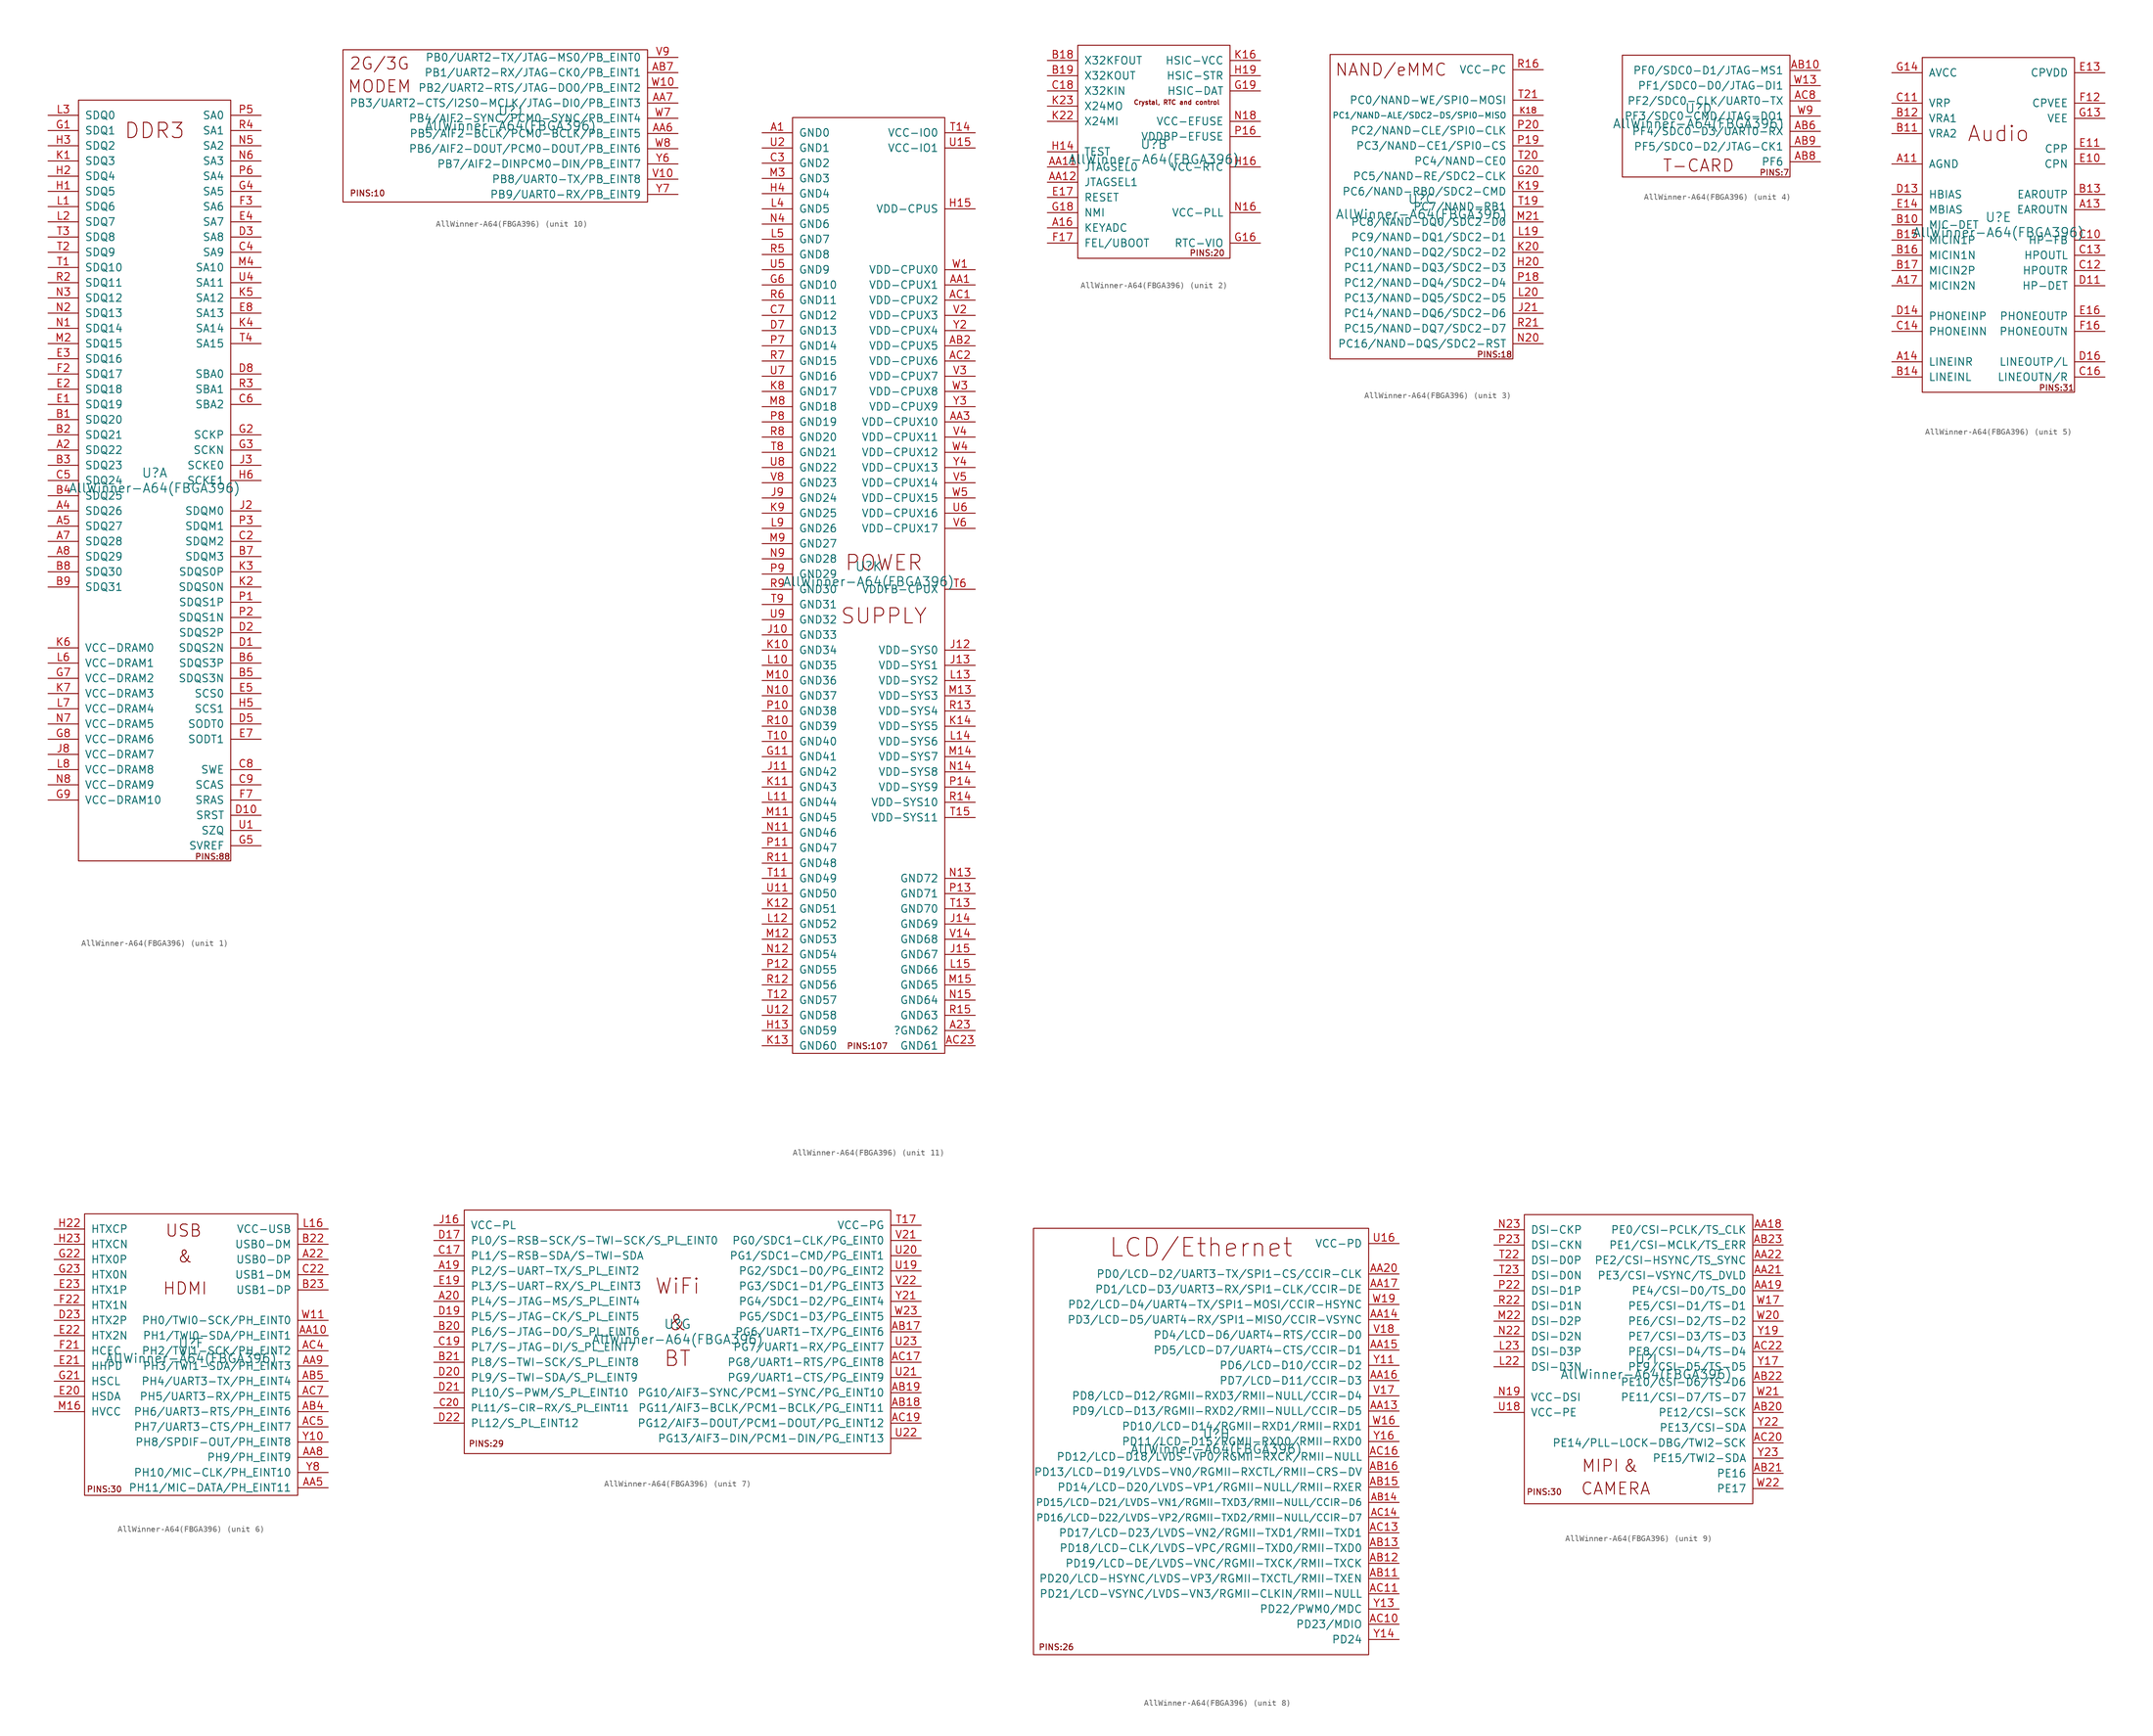
<source format=kicad_sym>
(kicad_symbol_lib
  (version 20220914)
  (generator kicad_symbol_editor)
  (symbol "AllWinner-A64(FBGA396)"
    (pin_names
      (offset 1.016))
    (property "Reference" "U"
      (at 0 1.27 0)
      (effects (font (size 1.524 1.524))))
    (property "Value" "AllWinner-A64(FBGA396)"
      (at 0 -1.27 0)
      (effects (font (size 1.524 1.524))))
    (property "Footprint" ""
      (at 12.7 12.7 0)
      (effects (font (size 1.524 1.524))))
    (property "Datasheet" ""
      (at 12.7 12.7 0)
      (effects (font (size 1.524 1.524))))
    (property "ki_locked" ""
      (at 0 0 0)
      (effects (font (size 1.27 1.27))))
    (symbol "AllWinner-A64(FBGA396)_1_1"
      (rectangle (start -12.7 63.5) (end 12.7 -63.5) (stroke (width 0) (type solid)) (fill (type none)))
      (text "DDR3" (at 0 58.42 0) (effects (font (size 2.54 2.54))))
      (text "PINS:88" (at 9.677 -62.789 0) (effects (font (size 0.991 0.991))))
      (pin bidirectional line (at -17.78 5.08 0) (length 5.08) (name "SDQ22" (effects (font (size 1.27 1.27)))) (number "A2" (effects (font (size 1.27 1.27)))))
      (pin bidirectional line (at -17.78 -5.08 0) (length 5.08) (name "SDQ26" (effects (font (size 1.27 1.27)))) (number "A4" (effects (font (size 1.27 1.27)))))
      (pin bidirectional line (at -17.78 -7.62 0) (length 5.08) (name "SDQ27" (effects (font (size 1.27 1.27)))) (number "A5" (effects (font (size 1.27 1.27)))))
      (pin bidirectional line (at -17.78 -10.16 0) (length 5.08) (name "SDQ28" (effects (font (size 1.27 1.27)))) (number "A7" (effects (font (size 1.27 1.27)))))
      (pin bidirectional line (at -17.78 -12.7 0) (length 5.08) (name "SDQ29" (effects (font (size 1.27 1.27)))) (number "A8" (effects (font (size 1.27 1.27)))))
      (pin bidirectional line (at -17.78 10.16 0) (length 5.08) (name "SDQ20" (effects (font (size 1.27 1.27)))) (number "B1" (effects (font (size 1.27 1.27)))))
      (pin bidirectional line (at -17.78 7.62 0) (length 5.08) (name "SDQ21" (effects (font (size 1.27 1.27)))) (number "B2" (effects (font (size 1.27 1.27)))))
      (pin bidirectional line (at -17.78 2.54 0) (length 5.08) (name "SDQ23" (effects (font (size 1.27 1.27)))) (number "B3" (effects (font (size 1.27 1.27)))))
      (pin bidirectional line (at -17.78 -2.54 0) (length 5.08) (name "SDQ25" (effects (font (size 1.27 1.27)))) (number "B4" (effects (font (size 1.27 1.27)))))
      (pin output line (at 17.78 -33.02 180) (length 5.08) (name "SDQS3N" (effects (font (size 1.27 1.27)))) (number "B5" (effects (font (size 1.27 1.27)))))
      (pin output line (at 17.78 -30.48 180) (length 5.08) (name "SDQS3P" (effects (font (size 1.27 1.27)))) (number "B6" (effects (font (size 1.27 1.27)))))
      (pin output line (at 17.78 -12.7 180) (length 5.08) (name "SDQM3" (effects (font (size 1.27 1.27)))) (number "B7" (effects (font (size 1.27 1.27)))))
      (pin bidirectional line (at -17.78 -15.24 0) (length 5.08) (name "SDQ30" (effects (font (size 1.27 1.27)))) (number "B8" (effects (font (size 1.27 1.27)))))
      (pin bidirectional line (at -17.78 -17.78 0) (length 5.08) (name "SDQ31" (effects (font (size 1.27 1.27)))) (number "B9" (effects (font (size 1.27 1.27)))))
      (pin output line (at 17.78 -10.16 180) (length 5.08) (name "SDQM2" (effects (font (size 1.27 1.27)))) (number "C2" (effects (font (size 1.27 1.27)))))
      (pin output line (at 17.78 38.1 180) (length 5.08) (name "SA9" (effects (font (size 1.27 1.27)))) (number "C4" (effects (font (size 1.27 1.27)))))
      (pin bidirectional line (at -17.78 0 0) (length 5.08) (name "SDQ24" (effects (font (size 1.27 1.27)))) (number "C5" (effects (font (size 1.27 1.27)))))
      (pin output line (at 17.78 12.7 180) (length 5.08) (name "SBA2" (effects (font (size 1.27 1.27)))) (number "C6" (effects (font (size 1.27 1.27)))))
      (pin output line (at 17.78 -48.26 180) (length 5.08) (name "SWE" (effects (font (size 1.27 1.27)))) (number "C8" (effects (font (size 1.27 1.27)))))
      (pin output line (at 17.78 -50.8 180) (length 5.08) (name "SCAS" (effects (font (size 1.27 1.27)))) (number "C9" (effects (font (size 1.27 1.27)))))
      (pin output line (at 17.78 -27.94 180) (length 5.08) (name "SDQS2N" (effects (font (size 1.27 1.27)))) (number "D1" (effects (font (size 1.27 1.27)))))
      (pin output line (at 17.78 -55.88 180) (length 5.08) (name "SRST" (effects (font (size 1.27 1.27)))) (number "D10" (effects (font (size 1.27 1.27)))))
      (pin output line (at 17.78 -25.4 180) (length 5.08) (name "SDQS2P" (effects (font (size 1.27 1.27)))) (number "D2" (effects (font (size 1.27 1.27)))))
      (pin output line (at 17.78 40.64 180) (length 5.08) (name "SA8" (effects (font (size 1.27 1.27)))) (number "D3" (effects (font (size 1.27 1.27)))))
      (pin output line (at 17.78 -40.64 180) (length 5.08) (name "SODT0" (effects (font (size 1.27 1.27)))) (number "D5" (effects (font (size 1.27 1.27)))))
      (pin output line (at 17.78 17.78 180) (length 5.08) (name "SBA0" (effects (font (size 1.27 1.27)))) (number "D8" (effects (font (size 1.27 1.27)))))
      (pin bidirectional line (at -17.78 12.7 0) (length 5.08) (name "SDQ19" (effects (font (size 1.27 1.27)))) (number "E1" (effects (font (size 1.27 1.27)))))
      (pin bidirectional line (at -17.78 15.24 0) (length 5.08) (name "SDQ18" (effects (font (size 1.27 1.27)))) (number "E2" (effects (font (size 1.27 1.27)))))
      (pin bidirectional line (at -17.78 20.32 0) (length 5.08) (name "SDQ16" (effects (font (size 1.27 1.27)))) (number "E3" (effects (font (size 1.27 1.27)))))
      (pin output line (at 17.78 43.18 180) (length 5.08) (name "SA7" (effects (font (size 1.27 1.27)))) (number "E4" (effects (font (size 1.27 1.27)))))
      (pin output line (at 17.78 -35.56 180) (length 5.08) (name "SCS0" (effects (font (size 1.27 1.27)))) (number "E5" (effects (font (size 1.27 1.27)))))
      (pin output line (at 17.78 -43.18 180) (length 5.08) (name "SODT1" (effects (font (size 1.27 1.27)))) (number "E7" (effects (font (size 1.27 1.27)))))
      (pin output line (at 17.78 27.94 180) (length 5.08) (name "SA13" (effects (font (size 1.27 1.27)))) (number "E8" (effects (font (size 1.27 1.27)))))
      (pin bidirectional line (at -17.78 17.78 0) (length 5.08) (name "SDQ17" (effects (font (size 1.27 1.27)))) (number "F2" (effects (font (size 1.27 1.27)))))
      (pin output line (at 17.78 45.72 180) (length 5.08) (name "SA6" (effects (font (size 1.27 1.27)))) (number "F3" (effects (font (size 1.27 1.27)))))
      (pin output line (at 17.78 -53.34 180) (length 5.08) (name "SRAS" (effects (font (size 1.27 1.27)))) (number "F7" (effects (font (size 1.27 1.27)))))
      (pin bidirectional line (at -17.78 58.42 0) (length 5.08) (name "SDQ1" (effects (font (size 1.27 1.27)))) (number "G1" (effects (font (size 1.27 1.27)))))
      (pin output line (at 17.78 7.62 180) (length 5.08) (name "SCKP" (effects (font (size 1.27 1.27)))) (number "G2" (effects (font (size 1.27 1.27)))))
      (pin output line (at 17.78 5.08 180) (length 5.08) (name "SCKN" (effects (font (size 1.27 1.27)))) (number "G3" (effects (font (size 1.27 1.27)))))
      (pin output line (at 17.78 48.26 180) (length 5.08) (name "SA5" (effects (font (size 1.27 1.27)))) (number "G4" (effects (font (size 1.27 1.27)))))
      (pin input line (at 17.78 -60.96 180) (length 5.08) (name "SVREF" (effects (font (size 1.27 1.27)))) (number "G5" (effects (font (size 1.27 1.27)))))
      (pin power_in line (at -17.78 -33.02 0) (length 5.08) (name "VCC-DRAM2" (effects (font (size 1.27 1.27)))) (number "G7" (effects (font (size 1.27 1.27)))))
      (pin power_in line (at -17.78 -43.18 0) (length 5.08) (name "VCC-DRAM6" (effects (font (size 1.27 1.27)))) (number "G8" (effects (font (size 1.27 1.27)))))
      (pin power_in line (at -17.78 -53.34 0) (length 5.08) (name "VCC-DRAM10" (effects (font (size 1.27 1.27)))) (number "G9" (effects (font (size 1.27 1.27)))))
      (pin bidirectional line (at -17.78 48.26 0) (length 5.08) (name "SDQ5" (effects (font (size 1.27 1.27)))) (number "H1" (effects (font (size 1.27 1.27)))))
      (pin bidirectional line (at -17.78 50.8 0) (length 5.08) (name "SDQ4" (effects (font (size 1.27 1.27)))) (number "H2" (effects (font (size 1.27 1.27)))))
      (pin bidirectional line (at -17.78 55.88 0) (length 5.08) (name "SDQ2" (effects (font (size 1.27 1.27)))) (number "H3" (effects (font (size 1.27 1.27)))))
      (pin output line (at 17.78 -38.1 180) (length 5.08) (name "SCS1" (effects (font (size 1.27 1.27)))) (number "H5" (effects (font (size 1.27 1.27)))))
      (pin output line (at 17.78 0 180) (length 5.08) (name "SCKE1" (effects (font (size 1.27 1.27)))) (number "H6" (effects (font (size 1.27 1.27)))))
      (pin output line (at 17.78 -5.08 180) (length 5.08) (name "SDQM0" (effects (font (size 1.27 1.27)))) (number "J2" (effects (font (size 1.27 1.27)))))
      (pin output line (at 17.78 2.54 180) (length 5.08) (name "SCKE0" (effects (font (size 1.27 1.27)))) (number "J3" (effects (font (size 1.27 1.27)))))
      (pin power_in line (at -17.78 -45.72 0) (length 5.08) (name "VCC-DRAM7" (effects (font (size 1.27 1.27)))) (number "J8" (effects (font (size 1.27 1.27)))))
      (pin bidirectional line (at -17.78 53.34 0) (length 5.08) (name "SDQ3" (effects (font (size 1.27 1.27)))) (number "K1" (effects (font (size 1.27 1.27)))))
      (pin output line (at 17.78 -17.78 180) (length 5.08) (name "SDQS0N" (effects (font (size 1.27 1.27)))) (number "K2" (effects (font (size 1.27 1.27)))))
      (pin output line (at 17.78 -15.24 180) (length 5.08) (name "SDQS0P" (effects (font (size 1.27 1.27)))) (number "K3" (effects (font (size 1.27 1.27)))))
      (pin output line (at 17.78 25.4 180) (length 5.08) (name "SA14" (effects (font (size 1.27 1.27)))) (number "K4" (effects (font (size 1.27 1.27)))))
      (pin output line (at 17.78 30.48 180) (length 5.08) (name "SA12" (effects (font (size 1.27 1.27)))) (number "K5" (effects (font (size 1.27 1.27)))))
      (pin power_in line (at -17.78 -27.94 0) (length 5.08) (name "VCC-DRAM0" (effects (font (size 1.27 1.27)))) (number "K6" (effects (font (size 1.27 1.27)))))
      (pin power_in line (at -17.78 -35.56 0) (length 5.08) (name "VCC-DRAM3" (effects (font (size 1.27 1.27)))) (number "K7" (effects (font (size 1.27 1.27)))))
      (pin bidirectional line (at -17.78 45.72 0) (length 5.08) (name "SDQ6" (effects (font (size 1.27 1.27)))) (number "L1" (effects (font (size 1.27 1.27)))))
      (pin bidirectional line (at -17.78 43.18 0) (length 5.08) (name "SDQ7" (effects (font (size 1.27 1.27)))) (number "L2" (effects (font (size 1.27 1.27)))))
      (pin bidirectional line (at -17.78 60.96 0) (length 5.08) (name "SDQ0" (effects (font (size 1.27 1.27)))) (number "L3" (effects (font (size 1.27 1.27)))))
      (pin power_in line (at -17.78 -30.48 0) (length 5.08) (name "VCC-DRAM1" (effects (font (size 1.27 1.27)))) (number "L6" (effects (font (size 1.27 1.27)))))
      (pin power_in line (at -17.78 -38.1 0) (length 5.08) (name "VCC-DRAM4" (effects (font (size 1.27 1.27)))) (number "L7" (effects (font (size 1.27 1.27)))))
      (pin power_in line (at -17.78 -48.26 0) (length 5.08) (name "VCC-DRAM8" (effects (font (size 1.27 1.27)))) (number "L8" (effects (font (size 1.27 1.27)))))
      (pin bidirectional line (at -17.78 22.86 0) (length 5.08) (name "SDQ15" (effects (font (size 1.27 1.27)))) (number "M2" (effects (font (size 1.27 1.27)))))
      (pin output line (at 17.78 35.56 180) (length 5.08) (name "SA10" (effects (font (size 1.27 1.27)))) (number "M4" (effects (font (size 1.27 1.27)))))
      (pin bidirectional line (at -17.78 25.4 0) (length 5.08) (name "SDQ14" (effects (font (size 1.27 1.27)))) (number "N1" (effects (font (size 1.27 1.27)))))
      (pin bidirectional line (at -17.78 27.94 0) (length 5.08) (name "SDQ13" (effects (font (size 1.27 1.27)))) (number "N2" (effects (font (size 1.27 1.27)))))
      (pin bidirectional line (at -17.78 30.48 0) (length 5.08) (name "SDQ12" (effects (font (size 1.27 1.27)))) (number "N3" (effects (font (size 1.27 1.27)))))
      (pin output line (at 17.78 55.88 180) (length 5.08) (name "SA2" (effects (font (size 1.27 1.27)))) (number "N5" (effects (font (size 1.27 1.27)))))
      (pin output line (at 17.78 53.34 180) (length 5.08) (name "SA3" (effects (font (size 1.27 1.27)))) (number "N6" (effects (font (size 1.27 1.27)))))
      (pin power_in line (at -17.78 -40.64 0) (length 5.08) (name "VCC-DRAM5" (effects (font (size 1.27 1.27)))) (number "N7" (effects (font (size 1.27 1.27)))))
      (pin power_in line (at -17.78 -50.8 0) (length 5.08) (name "VCC-DRAM9" (effects (font (size 1.27 1.27)))) (number "N8" (effects (font (size 1.27 1.27)))))
      (pin output line (at 17.78 -20.32 180) (length 5.08) (name "SDQS1P" (effects (font (size 1.27 1.27)))) (number "P1" (effects (font (size 1.27 1.27)))))
      (pin output line (at 17.78 -22.86 180) (length 5.08) (name "SDQS1N" (effects (font (size 1.27 1.27)))) (number "P2" (effects (font (size 1.27 1.27)))))
      (pin output line (at 17.78 -7.62 180) (length 5.08) (name "SDQM1" (effects (font (size 1.27 1.27)))) (number "P3" (effects (font (size 1.27 1.27)))))
      (pin output line (at 17.78 60.96 180) (length 5.08) (name "SA0" (effects (font (size 1.27 1.27)))) (number "P5" (effects (font (size 1.27 1.27)))))
      (pin output line (at 17.78 50.8 180) (length 5.08) (name "SA4" (effects (font (size 1.27 1.27)))) (number "P6" (effects (font (size 1.27 1.27)))))
      (pin bidirectional line (at -17.78 33.02 0) (length 5.08) (name "SDQ11" (effects (font (size 1.27 1.27)))) (number "R2" (effects (font (size 1.27 1.27)))))
      (pin output line (at 17.78 15.24 180) (length 5.08) (name "SBA1" (effects (font (size 1.27 1.27)))) (number "R3" (effects (font (size 1.27 1.27)))))
      (pin output line (at 17.78 58.42 180) (length 5.08) (name "SA1" (effects (font (size 1.27 1.27)))) (number "R4" (effects (font (size 1.27 1.27)))))
      (pin bidirectional line (at -17.78 35.56 0) (length 5.08) (name "SDQ10" (effects (font (size 1.27 1.27)))) (number "T1" (effects (font (size 1.27 1.27)))))
      (pin bidirectional line (at -17.78 38.1 0) (length 5.08) (name "SDQ9" (effects (font (size 1.27 1.27)))) (number "T2" (effects (font (size 1.27 1.27)))))
      (pin bidirectional line (at -17.78 40.64 0) (length 5.08) (name "SDQ8" (effects (font (size 1.27 1.27)))) (number "T3" (effects (font (size 1.27 1.27)))))
      (pin output line (at 17.78 22.86 180) (length 5.08) (name "SA15" (effects (font (size 1.27 1.27)))) (number "T4" (effects (font (size 1.27 1.27)))))
      (pin passive line (at 17.78 -58.42 180) (length 5.08) (name "SZQ" (effects (font (size 1.27 1.27)))) (number "U1" (effects (font (size 1.27 1.27)))))
      (pin output line (at 17.78 33.02 180) (length 5.08) (name "SA11" (effects (font (size 1.27 1.27)))) (number "U4" (effects (font (size 1.27 1.27))))))
    (symbol "AllWinner-A64(FBGA396)_2_1"
      (rectangle (start -12.7 17.78) (end 12.7 -17.78) (stroke (width 0) (type solid)) (fill (type none)))
      (text "Crystal, RTC and control" (at 3.81 8.255 0) (effects (font (size 0.762 0.762))))
      (text "PINS:20" (at 8.89 -16.891 0) (effects (font (size 0.991 0.991))))
      (pin input line (at -17.78 -12.7 0) (length 5.08) (name "KEYADC" (effects (font (size 1.27 1.27)))) (number "A16" (effects (font (size 1.27 1.27)))))
      (pin input line (at -17.78 -2.54 0) (length 5.08) (name "JTAGSEL0" (effects (font (size 1.27 1.27)))) (number "AA11" (effects (font (size 1.27 1.27)))))
      (pin input line (at -17.78 -5.08 0) (length 5.08) (name "JTAGSEL1" (effects (font (size 1.27 1.27)))) (number "AA12" (effects (font (size 1.27 1.27)))))
      (pin output line (at -17.78 15.24 0) (length 5.08) (name "X32KFOUT" (effects (font (size 1.27 1.27)))) (number "B18" (effects (font (size 1.27 1.27)))))
      (pin output line (at -17.78 12.7 0) (length 5.08) (name "X32KOUT" (effects (font (size 1.27 1.27)))) (number "B19" (effects (font (size 1.27 1.27)))))
      (pin input line (at -17.78 10.16 0) (length 5.08) (name "X32KIN" (effects (font (size 1.27 1.27)))) (number "C18" (effects (font (size 1.27 1.27)))))
      (pin input line (at -17.78 -7.62 0) (length 5.08) (name "RESET" (effects (font (size 1.27 1.27)))) (number "E17" (effects (font (size 1.27 1.27)))))
      (pin input line (at -17.78 -15.24 0) (length 5.08) (name "FEL/UBOOT" (effects (font (size 1.27 1.27)))) (number "F17" (effects (font (size 1.27 1.27)))))
      (pin input line (at 17.78 -15.24 180) (length 5.08) (name "RTC-VIO" (effects (font (size 1.27 1.27)))) (number "G16" (effects (font (size 1.27 1.27)))))
      (pin input line (at -17.78 -10.16 0) (length 5.08) (name "NMI" (effects (font (size 1.27 1.27)))) (number "G18" (effects (font (size 1.27 1.27)))))
      (pin bidirectional line (at 17.78 10.16 180) (length 5.08) (name "HSIC-DAT" (effects (font (size 1.27 1.27)))) (number "G19" (effects (font (size 1.27 1.27)))))
      (pin input line (at -17.78 0 0) (length 5.08) (name "TEST" (effects (font (size 1.27 1.27)))) (number "H14" (effects (font (size 1.27 1.27)))))
      (pin power_in line (at 17.78 -2.54 180) (length 5.08) (name "VCC-RTC" (effects (font (size 1.27 1.27)))) (number "H16" (effects (font (size 1.27 1.27)))))
      (pin bidirectional line (at 17.78 12.7 180) (length 5.08) (name "HSIC-STR" (effects (font (size 1.27 1.27)))) (number "H19" (effects (font (size 1.27 1.27)))))
      (pin power_in line (at 17.78 15.24 180) (length 5.08) (name "HSIC-VCC" (effects (font (size 1.27 1.27)))) (number "K16" (effects (font (size 1.27 1.27)))))
      (pin input line (at -17.78 5.08 0) (length 5.08) (name "X24MI" (effects (font (size 1.27 1.27)))) (number "K22" (effects (font (size 1.27 1.27)))))
      (pin output line (at -17.78 7.62 0) (length 5.08) (name "X24MO" (effects (font (size 1.27 1.27)))) (number "K23" (effects (font (size 1.27 1.27)))))
      (pin power_in line (at 17.78 -10.16 180) (length 5.08) (name "VCC-PLL" (effects (font (size 1.27 1.27)))) (number "N16" (effects (font (size 1.27 1.27)))))
      (pin input line (at 17.78 5.08 180) (length 5.08) (name "VCC-EFUSE" (effects (font (size 1.27 1.27)))) (number "N18" (effects (font (size 1.27 1.27)))))
      (pin input line (at 17.78 2.54 180) (length 5.08) (name "VDDBP-EFUSE" (effects (font (size 1.27 1.27)))) (number "P16" (effects (font (size 1.27 1.27))))))
    (symbol "AllWinner-A64(FBGA396)_3_1"
      (rectangle (start -15.24 25.4) (end 15.24 -25.4) (stroke (width 0) (type solid)) (fill (type none)))
      (text "NAND/eMMC" (at -5.08 22.86 0) (effects (font (size 2.032 2.032))))
      (text "PINS:18" (at 12.192 -24.663 0) (effects (font (size 0.991 0.991))))
      (pin bidirectional line (at 20.32 5.08 180) (length 5.08) (name "PC5/NAND-RE/SDC2-CLK" (effects (font (size 1.27 1.27)))) (number "G20" (effects (font (size 1.27 1.27)))))
      (pin bidirectional line (at 20.32 -10.16 180) (length 5.08) (name "PC11/NAND-DQ3/SDC2-D3" (effects (font (size 1.27 1.27)))) (number "H20" (effects (font (size 1.27 1.27)))))
      (pin bidirectional line (at 20.32 -17.78 180) (length 5.08) (name "PC14/NAND-DQ6/SDC2-D6" (effects (font (size 1.27 1.27)))) (number "J21" (effects (font (size 1.27 1.27)))))
      (pin bidirectional line (at 20.32 15.24 180) (length 5.08) (name "PC1/NAND-ALE/SDC2-DS/SPI0-MISO" (effects (font (size 0.991 0.991)))) (number "K18" (effects (font (size 0.991 0.991)))))
      (pin bidirectional line (at 20.32 2.54 180) (length 5.08) (name "PC6/NAND-RB0/SDC2-CMD" (effects (font (size 1.27 1.27)))) (number "K19" (effects (font (size 1.27 1.27)))))
      (pin bidirectional line (at 20.32 -7.62 180) (length 5.08) (name "PC10/NAND-DQ2/SDC2-D2" (effects (font (size 1.27 1.27)))) (number "K20" (effects (font (size 1.27 1.27)))))
      (pin bidirectional line (at 20.32 -5.08 180) (length 5.08) (name "PC9/NAND-DQ1/SDC2-D1" (effects (font (size 1.27 1.27)))) (number "L19" (effects (font (size 1.27 1.27)))))
      (pin bidirectional line (at 20.32 -15.24 180) (length 5.08) (name "PC13/NAND-DQ5/SDC2-D5" (effects (font (size 1.27 1.27)))) (number "L20" (effects (font (size 1.27 1.27)))))
      (pin bidirectional line (at 20.32 -2.54 180) (length 5.08) (name "PC8/NAND-DQ0/SDC2-D0" (effects (font (size 1.27 1.27)))) (number "M21" (effects (font (size 1.27 1.27)))))
      (pin bidirectional line (at 20.32 -22.86 180) (length 5.08) (name "PC16/NAND-DQS/SDC2-RST" (effects (font (size 1.27 1.27)))) (number "N20" (effects (font (size 1.27 1.27)))))
      (pin bidirectional line (at 20.32 -12.7 180) (length 5.08) (name "PC12/NAND-DQ4/SDC2-D4" (effects (font (size 1.27 1.27)))) (number "P18" (effects (font (size 1.27 1.27)))))
      (pin bidirectional line (at 20.32 10.16 180) (length 5.08) (name "PC3/NAND-CE1/SPI0-CS" (effects (font (size 1.27 1.27)))) (number "P19" (effects (font (size 1.27 1.27)))))
      (pin bidirectional line (at 20.32 12.7 180) (length 5.08) (name "PC2/NAND-CLE/SPI0-CLK" (effects (font (size 1.27 1.27)))) (number "P20" (effects (font (size 1.27 1.27)))))
      (pin power_in line (at 20.32 22.86 180) (length 5.08) (name "VCC-PC" (effects (font (size 1.27 1.27)))) (number "R16" (effects (font (size 1.27 1.27)))))
      (pin bidirectional line (at 20.32 -20.32 180) (length 5.08) (name "PC15/NAND-DQ7/SDC2-D7" (effects (font (size 1.27 1.27)))) (number "R21" (effects (font (size 1.27 1.27)))))
      (pin bidirectional line (at 20.32 0 180) (length 5.08) (name "PC7/NAND-RB1" (effects (font (size 1.27 1.27)))) (number "T19" (effects (font (size 1.27 1.27)))))
      (pin bidirectional line (at 20.32 7.62 180) (length 5.08) (name "PC4/NAND-CE0" (effects (font (size 1.27 1.27)))) (number "T20" (effects (font (size 1.27 1.27)))))
      (pin bidirectional line (at 20.32 17.78 180) (length 5.08) (name "PC0/NAND-WE/SPI0-MOSI" (effects (font (size 1.27 1.27)))) (number "T21" (effects (font (size 1.27 1.27))))))
    (symbol "AllWinner-A64(FBGA396)_4_1"
      (rectangle (start -12.7 10.16) (end 15.24 -10.16) (stroke (width 0) (type solid)) (fill (type none)))
      (text "PINS:7" (at 12.649 -9.423 0) (effects (font (size 0.991 0.991))))
      (text "T-CARD" (at 0 -8.255 0) (effects (font (size 2.032 2.032))))
      (pin bidirectional line (at 20.32 7.62 180) (length 5.08) (name "PF0/SDC0-D1/JTAG-MS1" (effects (font (size 1.27 1.27)))) (number "AB10" (effects (font (size 1.27 1.27)))))
      (pin bidirectional line (at 20.32 -2.54 180) (length 5.08) (name "PF4/SDC0-D3/UART0-RX" (effects (font (size 1.27 1.27)))) (number "AB6" (effects (font (size 1.27 1.27)))))
      (pin bidirectional line (at 20.32 -7.62 180) (length 5.08) (name "PF6" (effects (font (size 1.27 1.27)))) (number "AB8" (effects (font (size 1.27 1.27)))))
      (pin bidirectional line (at 20.32 -5.08 180) (length 5.08) (name "PF5/SDC0-D2/JTAG-CK1" (effects (font (size 1.27 1.27)))) (number "AB9" (effects (font (size 1.27 1.27)))))
      (pin bidirectional line (at 20.32 2.54 180) (length 5.08) (name "PF2/SDC0-CLK/UART0-TX" (effects (font (size 1.27 1.27)))) (number "AC8" (effects (font (size 1.27 1.27)))))
      (pin bidirectional line (at 20.32 5.08 180) (length 5.08) (name "PF1/SDC0-D0/JTAG-DI1" (effects (font (size 1.27 1.27)))) (number "W13" (effects (font (size 1.27 1.27)))))
      (pin bidirectional line (at 20.32 0 180) (length 5.08) (name "PF3/SDC0-CMD/JTAG-DO1" (effects (font (size 1.27 1.27)))) (number "W9" (effects (font (size 1.27 1.27))))))
    (symbol "AllWinner-A64(FBGA396)_5_1"
      (rectangle (start -12.7 27.94) (end 12.7 -27.94) (stroke (width 0) (type solid)) (fill (type none)))
      (text "Audio" (at 0 15.24 0) (effects (font (size 2.54 2.54))))
      (text "PINS:31" (at 9.703 -27.203 0) (effects (font (size 0.991 0.991))))
      (pin power_in line (at -17.78 10.16 0) (length 5.08) (name "AGND" (effects (font (size 1.27 1.27)))) (number "A11" (effects (font (size 1.27 1.27)))))
      (pin output line (at 17.78 2.54 180) (length 5.08) (name "EAROUTN" (effects (font (size 1.27 1.27)))) (number "A13" (effects (font (size 1.27 1.27)))))
      (pin input line (at -17.78 -22.86 0) (length 5.08) (name "LINEINR" (effects (font (size 1.27 1.27)))) (number "A14" (effects (font (size 1.27 1.27)))))
      (pin input line (at -17.78 -10.16 0) (length 5.08) (name "MICIN2N" (effects (font (size 1.27 1.27)))) (number "A17" (effects (font (size 1.27 1.27)))))
      (pin input line (at -17.78 0 0) (length 5.08) (name "MIC-DET" (effects (font (size 1.27 1.27)))) (number "B10" (effects (font (size 1.27 1.27)))))
      (pin input line (at -17.78 15.24 0) (length 5.08) (name "VRA2" (effects (font (size 1.27 1.27)))) (number "B11" (effects (font (size 1.27 1.27)))))
      (pin input line (at -17.78 17.78 0) (length 5.08) (name "VRA1" (effects (font (size 1.27 1.27)))) (number "B12" (effects (font (size 1.27 1.27)))))
      (pin output line (at 17.78 5.08 180) (length 5.08) (name "EAROUTP" (effects (font (size 1.27 1.27)))) (number "B13" (effects (font (size 1.27 1.27)))))
      (pin input line (at -17.78 -25.4 0) (length 5.08) (name "LINEINL" (effects (font (size 1.27 1.27)))) (number "B14" (effects (font (size 1.27 1.27)))))
      (pin input line (at -17.78 -2.54 0) (length 5.08) (name "MICIN1P" (effects (font (size 1.27 1.27)))) (number "B15" (effects (font (size 1.27 1.27)))))
      (pin input line (at -17.78 -5.08 0) (length 5.08) (name "MICIN1N" (effects (font (size 1.27 1.27)))) (number "B16" (effects (font (size 1.27 1.27)))))
      (pin input line (at -17.78 -7.62 0) (length 5.08) (name "MICIN2P" (effects (font (size 1.27 1.27)))) (number "B17" (effects (font (size 1.27 1.27)))))
      (pin input line (at 17.78 -2.54 180) (length 5.08) (name "HP-FB" (effects (font (size 1.27 1.27)))) (number "C10" (effects (font (size 1.27 1.27)))))
      (pin input line (at -17.78 20.32 0) (length 5.08) (name "VRP" (effects (font (size 1.27 1.27)))) (number "C11" (effects (font (size 1.27 1.27)))))
      (pin output line (at 17.78 -7.62 180) (length 5.08) (name "HPOUTR" (effects (font (size 1.27 1.27)))) (number "C12" (effects (font (size 1.27 1.27)))))
      (pin output line (at 17.78 -5.08 180) (length 5.08) (name "HPOUTL" (effects (font (size 1.27 1.27)))) (number "C13" (effects (font (size 1.27 1.27)))))
      (pin input line (at -17.78 -17.78 0) (length 5.08) (name "PHONEINN" (effects (font (size 1.27 1.27)))) (number "C14" (effects (font (size 1.27 1.27)))))
      (pin output line (at 17.78 -25.4 180) (length 5.08) (name "LINEOUTN/R" (effects (font (size 1.27 1.27)))) (number "C16" (effects (font (size 1.27 1.27)))))
      (pin input line (at 17.78 -10.16 180) (length 5.08) (name "HP-DET" (effects (font (size 1.27 1.27)))) (number "D11" (effects (font (size 1.27 1.27)))))
      (pin power_out line (at -17.78 5.08 0) (length 5.08) (name "HBIAS" (effects (font (size 1.27 1.27)))) (number "D13" (effects (font (size 1.27 1.27)))))
      (pin input line (at -17.78 -15.24 0) (length 5.08) (name "PHONEINP" (effects (font (size 1.27 1.27)))) (number "D14" (effects (font (size 1.27 1.27)))))
      (pin output line (at 17.78 -22.86 180) (length 5.08) (name "LINEOUTP/L" (effects (font (size 1.27 1.27)))) (number "D16" (effects (font (size 1.27 1.27)))))
      (pin passive line (at 17.78 10.16 180) (length 5.08) (name "CPN" (effects (font (size 1.27 1.27)))) (number "E10" (effects (font (size 1.27 1.27)))))
      (pin passive line (at 17.78 12.7 180) (length 5.08) (name "CPP" (effects (font (size 1.27 1.27)))) (number "E11" (effects (font (size 1.27 1.27)))))
      (pin power_in line (at 17.78 25.4 180) (length 5.08) (name "CPVDD" (effects (font (size 1.27 1.27)))) (number "E13" (effects (font (size 1.27 1.27)))))
      (pin power_out line (at -17.78 2.54 0) (length 5.08) (name "MBIAS" (effects (font (size 1.27 1.27)))) (number "E14" (effects (font (size 1.27 1.27)))))
      (pin output line (at 17.78 -15.24 180) (length 5.08) (name "PHONEOUTP" (effects (font (size 1.27 1.27)))) (number "E16" (effects (font (size 1.27 1.27)))))
      (pin power_out line (at 17.78 20.32 180) (length 5.08) (name "CPVEE" (effects (font (size 1.27 1.27)))) (number "F12" (effects (font (size 1.27 1.27)))))
      (pin output line (at 17.78 -17.78 180) (length 5.08) (name "PHONEOUTN" (effects (font (size 1.27 1.27)))) (number "F16" (effects (font (size 1.27 1.27)))))
      (pin power_in line (at 17.78 17.78 180) (length 5.08) (name "VEE" (effects (font (size 1.27 1.27)))) (number "G13" (effects (font (size 1.27 1.27)))))
      (pin power_in line (at -17.78 25.4 0) (length 5.08) (name "AVCC" (effects (font (size 1.27 1.27)))) (number "G14" (effects (font (size 1.27 1.27))))))
    (symbol "AllWinner-A64(FBGA396)_6_1"
      (rectangle (start -17.78 22.86) (end 17.78 -24.13) (stroke (width 0) (type solid)) (fill (type none)))
      (text "&" (at -1.016 15.748 0) (effects (font (size 2.007 2.007))))
      (text "HDMI" (at -1.016 10.414 0) (effects (font (size 2.007 2.007))))
      (text "PINS:30" (at -14.478 -23.114 0) (effects (font (size 0.991 0.991))))
      (text "USB" (at -1.27 20.066 0) (effects (font (size 2.007 2.007))))
      (pin bidirectional line (at 22.86 15.24 180) (length 5.08) (name "USB0-DP" (effects (font (size 1.27 1.27)))) (number "A22" (effects (font (size 1.27 1.27)))))
      (pin bidirectional line (at 22.86 2.54 180) (length 5.08) (name "PH1/TWI0-SDA/PH_EINT1" (effects (font (size 1.27 1.27)))) (number "AA10" (effects (font (size 1.27 1.27)))))
      (pin bidirectional line (at 22.86 -22.86 180) (length 5.08) (name "PH11/MIC-DATA/PH_EINT11" (effects (font (size 1.27 1.27)))) (number "AA5" (effects (font (size 1.27 1.27)))))
      (pin bidirectional line (at 22.86 -17.78 180) (length 5.08) (name "PH9/PH_EINT9" (effects (font (size 1.27 1.27)))) (number "AA8" (effects (font (size 1.27 1.27)))))
      (pin bidirectional line (at 22.86 -2.54 180) (length 5.08) (name "PH3/TWI1-SDA/PH_EINT3" (effects (font (size 1.27 1.27)))) (number "AA9" (effects (font (size 1.27 1.27)))))
      (pin bidirectional line (at 22.86 -10.16 180) (length 5.08) (name "PH6/UART3-RTS/PH_EINT6" (effects (font (size 1.27 1.27)))) (number "AB4" (effects (font (size 1.27 1.27)))))
      (pin bidirectional line (at 22.86 -5.08 180) (length 5.08) (name "PH4/UART3-TX/PH_EINT4" (effects (font (size 1.27 1.27)))) (number "AB5" (effects (font (size 1.27 1.27)))))
      (pin bidirectional line (at 22.86 0 180) (length 5.08) (name "PH2/TWI1-SCK/PH_EINT2" (effects (font (size 1.27 1.27)))) (number "AC4" (effects (font (size 1.27 1.27)))))
      (pin bidirectional line (at 22.86 -12.7 180) (length 5.08) (name "PH7/UART3-CTS/PH_EINT7" (effects (font (size 1.27 1.27)))) (number "AC5" (effects (font (size 1.27 1.27)))))
      (pin bidirectional line (at 22.86 -7.62 180) (length 5.08) (name "PH5/UART3-RX/PH_EINT5" (effects (font (size 1.27 1.27)))) (number "AC7" (effects (font (size 1.27 1.27)))))
      (pin bidirectional line (at 22.86 17.78 180) (length 5.08) (name "USB0-DM" (effects (font (size 1.27 1.27)))) (number "B22" (effects (font (size 1.27 1.27)))))
      (pin bidirectional line (at 22.86 10.16 180) (length 5.08) (name "USB1-DP" (effects (font (size 1.27 1.27)))) (number "B23" (effects (font (size 1.27 1.27)))))
      (pin bidirectional line (at 22.86 12.7 180) (length 5.08) (name "USB1-DM" (effects (font (size 1.27 1.27)))) (number "C22" (effects (font (size 1.27 1.27)))))
      (pin output line (at -22.86 5.08 0) (length 5.08) (name "HTX2P" (effects (font (size 1.27 1.27)))) (number "D23" (effects (font (size 1.27 1.27)))))
      (pin output line (at -22.86 -7.62 0) (length 5.08) (name "HSDA" (effects (font (size 1.27 1.27)))) (number "E20" (effects (font (size 1.27 1.27)))))
      (pin output line (at -22.86 -2.54 0) (length 5.08) (name "HHPD" (effects (font (size 1.27 1.27)))) (number "E21" (effects (font (size 1.27 1.27)))))
      (pin output line (at -22.86 2.54 0) (length 5.08) (name "HTX2N" (effects (font (size 1.27 1.27)))) (number "E22" (effects (font (size 1.27 1.27)))))
      (pin output line (at -22.86 10.16 0) (length 5.08) (name "HTX1P" (effects (font (size 1.27 1.27)))) (number "E23" (effects (font (size 1.27 1.27)))))
      (pin output line (at -22.86 0 0) (length 5.08) (name "HCEC" (effects (font (size 1.27 1.27)))) (number "F21" (effects (font (size 1.27 1.27)))))
      (pin output line (at -22.86 7.62 0) (length 5.08) (name "HTX1N" (effects (font (size 1.27 1.27)))) (number "F22" (effects (font (size 1.27 1.27)))))
      (pin output line (at -22.86 -5.08 0) (length 5.08) (name "HSCL" (effects (font (size 1.27 1.27)))) (number "G21" (effects (font (size 1.27 1.27)))))
      (pin output line (at -22.86 15.24 0) (length 5.08) (name "HTX0P" (effects (font (size 1.27 1.27)))) (number "G22" (effects (font (size 1.27 1.27)))))
      (pin output line (at -22.86 12.7 0) (length 5.08) (name "HTX0N" (effects (font (size 1.27 1.27)))) (number "G23" (effects (font (size 1.27 1.27)))))
      (pin output line (at -22.86 20.32 0) (length 5.08) (name "HTXCP" (effects (font (size 1.27 1.27)))) (number "H22" (effects (font (size 1.27 1.27)))))
      (pin output line (at -22.86 17.78 0) (length 5.08) (name "HTXCN" (effects (font (size 1.27 1.27)))) (number "H23" (effects (font (size 1.27 1.27)))))
      (pin power_in line (at 22.86 20.32 180) (length 5.08) (name "VCC-USB" (effects (font (size 1.27 1.27)))) (number "L16" (effects (font (size 1.27 1.27)))))
      (pin power_in line (at -22.86 -10.16 0) (length 5.08) (name "HVCC" (effects (font (size 1.27 1.27)))) (number "M16" (effects (font (size 1.27 1.27)))))
      (pin bidirectional line (at 22.86 5.08 180) (length 5.08) (name "PH0/TWI0-SCK/PH_EINT0" (effects (font (size 1.27 1.27)))) (number "W11" (effects (font (size 1.27 1.27)))))
      (pin bidirectional line (at 22.86 -15.24 180) (length 5.08) (name "PH8/SPDIF-OUT/PH_EINT8" (effects (font (size 1.27 1.27)))) (number "Y10" (effects (font (size 1.27 1.27)))))
      (pin bidirectional line (at 22.86 -20.32 180) (length 5.08) (name "PH10/MIC-CLK/PH_EINT10" (effects (font (size 1.27 1.27)))) (number "Y8" (effects (font (size 1.27 1.27))))))
    (symbol "AllWinner-A64(FBGA396)_7_1"
      (rectangle (start -35.56 20.32) (end 35.56 -20.32) (stroke (width 0) (type solid)) (fill (type none)))
      (text "&" (at 0 1.524 0) (effects (font (size 2.54 2.54))))
      (text "BT" (at 0 -4.445 0) (effects (font (size 2.54 2.54))))
      (text "PINS:29" (at -31.877 -18.669 0) (effects (font (size 0.991 0.991))))
      (text "WiFi" (at 0 7.62 0) (effects (font (size 2.54 2.54))))
      (pin bidirectional line (at -40.64 10.16 0) (length 5.08) (name "PL2/S-UART-TX/S_PL_EINT2" (effects (font (size 1.27 1.27)))) (number "A19" (effects (font (size 1.27 1.27)))))
      (pin bidirectional line (at -40.64 5.08 0) (length 5.08) (name "PL4/S-JTAG-MS/S_PL_EINT4" (effects (font (size 1.27 1.27)))) (number "A20" (effects (font (size 1.27 1.27)))))
      (pin bidirectional line (at 40.64 0 180) (length 5.08) (name "PG6/UART1-TX/PG_EINT6" (effects (font (size 1.27 1.27)))) (number "AB17" (effects (font (size 1.27 1.27)))))
      (pin bidirectional line (at 40.64 -12.7 180) (length 5.08) (name "PG11/AIF3-BCLK/PCM1-BCLK/PG_EINT11" (effects (font (size 1.27 1.27)))) (number "AB18" (effects (font (size 1.27 1.27)))))
      (pin bidirectional line (at 40.64 -10.16 180) (length 5.08) (name "PG10/AIF3-SYNC/PCM1-SYNC/PG_EINT10" (effects (font (size 1.27 1.27)))) (number "AB19" (effects (font (size 1.27 1.27)))))
      (pin bidirectional line (at 40.64 -5.08 180) (length 5.08) (name "PG8/UART1-RTS/PG_EINT8" (effects (font (size 1.27 1.27)))) (number "AC17" (effects (font (size 1.27 1.27)))))
      (pin bidirectional line (at 40.64 -15.24 180) (length 5.08) (name "PG12/AIF3-DOUT/PCM1-DOUT/PG_EINT12" (effects (font (size 1.27 1.27)))) (number "AC19" (effects (font (size 1.27 1.27)))))
      (pin bidirectional line (at -40.64 0 0) (length 5.08) (name "PL6/S-JTAG-DO/S_PL_EINT6" (effects (font (size 1.27 1.27)))) (number "B20" (effects (font (size 1.27 1.27)))))
      (pin bidirectional line (at -40.64 -5.08 0) (length 5.08) (name "PL8/S-TWI-SCK/S_PL_EINT8" (effects (font (size 1.27 1.27)))) (number "B21" (effects (font (size 1.27 1.27)))))
      (pin bidirectional line (at -40.64 12.7 0) (length 5.08) (name "PL1/S-RSB-SDA/S-TWI-SDA" (effects (font (size 1.27 1.27)))) (number "C17" (effects (font (size 1.27 1.27)))))
      (pin bidirectional line (at -40.64 -2.54 0) (length 5.08) (name "PL7/S-JTAG-DI/S_PL_EINT7" (effects (font (size 1.27 1.27)))) (number "C19" (effects (font (size 1.27 1.27)))))
      (pin bidirectional line (at -40.64 -12.7 0) (length 5.08) (name "PL11/S-CIR-RX/S_PL_EINT11" (effects (font (size 1.143 1.143)))) (number "C20" (effects (font (size 1.143 1.143)))))
      (pin bidirectional line (at -40.64 15.24 0) (length 5.08) (name "PL0/S-RSB-SCK/S-TWI-SCK/S_PL_EINT0" (effects (font (size 1.27 1.27)))) (number "D17" (effects (font (size 1.27 1.27)))))
      (pin bidirectional line (at -40.64 2.54 0) (length 5.08) (name "PL5/S-JTAG-CK/S_PL_EINT5" (effects (font (size 1.27 1.27)))) (number "D19" (effects (font (size 1.27 1.27)))))
      (pin bidirectional line (at -40.64 -7.62 0) (length 5.08) (name "PL9/S-TWI-SDA/S_PL_EINT9" (effects (font (size 1.27 1.27)))) (number "D20" (effects (font (size 1.27 1.27)))))
      (pin bidirectional line (at -40.64 -10.16 0) (length 5.08) (name "PL10/S-PWM/S_PL_EINT10" (effects (font (size 1.27 1.27)))) (number "D21" (effects (font (size 1.27 1.27)))))
      (pin bidirectional line (at -40.64 -15.24 0) (length 5.08) (name "PL12/S_PL_EINT12" (effects (font (size 1.27 1.27)))) (number "D22" (effects (font (size 1.27 1.27)))))
      (pin bidirectional line (at -40.64 7.62 0) (length 5.08) (name "PL3/S-UART-RX/S_PL_EINT3" (effects (font (size 1.27 1.27)))) (number "E19" (effects (font (size 1.27 1.27)))))
      (pin power_in line (at -40.64 17.78 0) (length 5.08) (name "VCC-PL" (effects (font (size 1.27 1.27)))) (number "J16" (effects (font (size 1.27 1.27)))))
      (pin power_in line (at 40.64 17.78 180) (length 5.08) (name "VCC-PG" (effects (font (size 1.27 1.27)))) (number "T17" (effects (font (size 1.27 1.27)))))
      (pin bidirectional line (at 40.64 10.16 180) (length 5.08) (name "PG2/SDC1-D0/PG_EINT2" (effects (font (size 1.27 1.27)))) (number "U19" (effects (font (size 1.27 1.27)))))
      (pin bidirectional line (at 40.64 12.7 180) (length 5.08) (name "PG1/SDC1-CMD/PG_EINT1" (effects (font (size 1.27 1.27)))) (number "U20" (effects (font (size 1.27 1.27)))))
      (pin bidirectional line (at 40.64 -7.62 180) (length 5.08) (name "PG9/UART1-CTS/PG_EINT9" (effects (font (size 1.27 1.27)))) (number "U21" (effects (font (size 1.27 1.27)))))
      (pin bidirectional line (at 40.64 -17.78 180) (length 5.08) (name "PG13/AIF3-DIN/PCM1-DIN/PG_EINT13" (effects (font (size 1.27 1.27)))) (number "U22" (effects (font (size 1.27 1.27)))))
      (pin bidirectional line (at 40.64 -2.54 180) (length 5.08) (name "PG7/UART1-RX/PG_EINT7" (effects (font (size 1.27 1.27)))) (number "U23" (effects (font (size 1.27 1.27)))))
      (pin bidirectional line (at 40.64 15.24 180) (length 5.08) (name "PG0/SDC1-CLK/PG_EINT0" (effects (font (size 1.27 1.27)))) (number "V21" (effects (font (size 1.27 1.27)))))
      (pin bidirectional line (at 40.64 7.62 180) (length 5.08) (name "PG3/SDC1-D1/PG_EINT3" (effects (font (size 1.27 1.27)))) (number "V22" (effects (font (size 1.27 1.27)))))
      (pin bidirectional line (at 40.64 2.54 180) (length 5.08) (name "PG5/SDC1-D3/PG_EINT5" (effects (font (size 1.27 1.27)))) (number "W23" (effects (font (size 1.27 1.27)))))
      (pin bidirectional line (at 40.64 5.08 180) (length 5.08) (name "PG4/SDC1-D2/PG_EINT4" (effects (font (size 1.27 1.27)))) (number "Y21" (effects (font (size 1.27 1.27))))))
    (symbol "AllWinner-A64(FBGA396)_8_1"
      (rectangle (start -30.48 35.56) (end 25.4 -35.56) (stroke (width 0) (type solid)) (fill (type none)))
      (text "LCD/Ethernet" (at -2.54 32.385 0) (effects (font (size 3.048 3.048))))
      (text "PINS:26" (at -26.67 -34.29 0) (effects (font (size 0.991 0.991))))
      (pin bidirectional line (at 30.48 5.08 180) (length 5.08) (name "PD9/LCD-D13/RGMII-RXD2/RMII-NULL/CCIR-D5" (effects (font (size 1.27 1.27)))) (number "AA13" (effects (font (size 1.27 1.27)))))
      (pin bidirectional line (at 30.48 20.32 180) (length 5.08) (name "PD3/LCD-D5/UART4-RX/SPI1-MISO/CCIR-VSYNC" (effects (font (size 1.27 1.27)))) (number "AA14" (effects (font (size 1.27 1.27)))))
      (pin bidirectional line (at 30.48 15.24 180) (length 5.08) (name "PD5/LCD-D7/UART4-CTS/CCIR-D1" (effects (font (size 1.27 1.27)))) (number "AA15" (effects (font (size 1.27 1.27)))))
      (pin bidirectional line (at 30.48 10.16 180) (length 5.08) (name "PD7/LCD-D11/CCIR-D3" (effects (font (size 1.27 1.27)))) (number "AA16" (effects (font (size 1.27 1.27)))))
      (pin bidirectional line (at 30.48 25.4 180) (length 5.08) (name "PD1/LCD-D3/UART3-RX/SPI1-CLK/CCIR-DE" (effects (font (size 1.27 1.27)))) (number "AA17" (effects (font (size 1.27 1.27)))))
      (pin bidirectional line (at 30.48 27.94 180) (length 5.08) (name "PD0/LCD-D2/UART3-TX/SPI1-CS/CCIR-CLK" (effects (font (size 1.27 1.27)))) (number "AA20" (effects (font (size 1.27 1.27)))))
      (pin bidirectional line (at 30.48 -22.86 180) (length 5.08) (name "PD20/LCD-HSYNC/LVDS-VP3/RGMII-TXCTL/RMII-TXEN" (effects (font (size 1.27 1.27)))) (number "AB11" (effects (font (size 1.27 1.27)))))
      (pin bidirectional line (at 30.48 -20.32 180) (length 5.08) (name "PD19/LCD-DE/LVDS-VNC/RGMII-TXCK/RMII-TXCK" (effects (font (size 1.27 1.27)))) (number "AB12" (effects (font (size 1.27 1.27)))))
      (pin bidirectional line (at 30.48 -17.78 180) (length 5.08) (name "PD18/LCD-CLK/LVDS-VPC/RGMII-TXD0/RMII-TXD0" (effects (font (size 1.27 1.27)))) (number "AB13" (effects (font (size 1.27 1.27)))))
      (pin bidirectional line (at 30.48 -10.16 180) (length 5.08) (name "PD15/LCD-D21/LVDS-VN1/RGMII-TXD3/RMII-NULL/CCIR-D6" (effects (font (size 1.143 1.143)))) (number "AB14" (effects (font (size 1.143 1.143)))))
      (pin bidirectional line (at 30.48 -7.62 180) (length 5.08) (name "PD14/LCD-D20/LVDS-VP1/RGMII-NULL/RMII-RXER" (effects (font (size 1.27 1.27)))) (number "AB15" (effects (font (size 1.27 1.27)))))
      (pin bidirectional line (at 30.48 -5.08 180) (length 5.08) (name "PD13/LCD-D19/LVDS-VN0/RGMII-RXCTL/RMII-CRS-DV" (effects (font (size 1.27 1.27)))) (number "AB16" (effects (font (size 1.27 1.27)))))
      (pin bidirectional line (at 30.48 -30.48 180) (length 5.08) (name "PD23/MDIO" (effects (font (size 1.27 1.27)))) (number "AC10" (effects (font (size 1.27 1.27)))))
      (pin bidirectional line (at 30.48 -25.4 180) (length 5.08) (name "PD21/LCD-VSYNC/LVDS-VN3/RGMII-CLKIN/RMII-NULL" (effects (font (size 1.27 1.27)))) (number "AC11" (effects (font (size 1.27 1.27)))))
      (pin bidirectional line (at 30.48 -15.24 180) (length 5.08) (name "PD17/LCD-D23/LVDS-VN2/RGMII-TXD1/RMII-TXD1" (effects (font (size 1.27 1.27)))) (number "AC13" (effects (font (size 1.27 1.27)))))
      (pin bidirectional line (at 30.48 -12.7 180) (length 5.08) (name "PD16/LCD-D22/LVDS-VP2/RGMII-TXD2/RMII-NULL/CCIR-D7" (effects (font (size 1.143 1.143)))) (number "AC14" (effects (font (size 1.143 1.143)))))
      (pin bidirectional line (at 30.48 -2.54 180) (length 5.08) (name "PD12/LCD-D18/LVDS-VP0/RGMII-RXCK/RMII-NULL" (effects (font (size 1.27 1.27)))) (number "AC16" (effects (font (size 1.27 1.27)))))
      (pin power_in line (at 30.48 33.02 180) (length 5.08) (name "VCC-PD" (effects (font (size 1.27 1.27)))) (number "U16" (effects (font (size 1.27 1.27)))))
      (pin bidirectional line (at 30.48 7.62 180) (length 5.08) (name "PD8/LCD-D12/RGMII-RXD3/RMII-NULL/CCIR-D4" (effects (font (size 1.27 1.27)))) (number "V17" (effects (font (size 1.27 1.27)))))
      (pin bidirectional line (at 30.48 17.78 180) (length 5.08) (name "PD4/LCD-D6/UART4-RTS/CCIR-D0" (effects (font (size 1.27 1.27)))) (number "V18" (effects (font (size 1.27 1.27)))))
      (pin bidirectional line (at 30.48 2.54 180) (length 5.08) (name "PD10/LCD-D14/RGMII-RXD1/RMII-RXD1" (effects (font (size 1.27 1.27)))) (number "W16" (effects (font (size 1.27 1.27)))))
      (pin bidirectional line (at 30.48 22.86 180) (length 5.08) (name "PD2/LCD-D4/UART4-TX/SPI1-MOSI/CCIR-HSYNC" (effects (font (size 1.27 1.27)))) (number "W19" (effects (font (size 1.27 1.27)))))
      (pin bidirectional line (at 30.48 12.7 180) (length 5.08) (name "PD6/LCD-D10/CCIR-D2" (effects (font (size 1.27 1.27)))) (number "Y11" (effects (font (size 1.27 1.27)))))
      (pin bidirectional line (at 30.48 -27.94 180) (length 5.08) (name "PD22/PWM0/MDC" (effects (font (size 1.27 1.27)))) (number "Y13" (effects (font (size 1.27 1.27)))))
      (pin bidirectional line (at 30.48 -33.02 180) (length 5.08) (name "PD24" (effects (font (size 1.27 1.27)))) (number "Y14" (effects (font (size 1.27 1.27)))))
      (pin bidirectional line (at 30.48 0 180) (length 5.08) (name "PD11/LCD-D15/RGMII-RXD0/RMII-RXD0" (effects (font (size 1.27 1.27)))) (number "Y16" (effects (font (size 1.27 1.27))))))
    (symbol "AllWinner-A64(FBGA396)_9_0"
      (text "&" (at -2.54 -16.51 0) (effects (font (size 2.007 2.007)))))
    (symbol "AllWinner-A64(FBGA396)_9_1"
      (rectangle (start -20.32 25.4) (end 17.78 -22.86) (stroke (width 0) (type solid)) (fill (type none)))
      (text "CAMERA" (at -5.08 -20.32 0) (effects (font (size 2.007 2.007))))
      (text "MIPI" (at -7.62 -16.51 0) (effects (font (size 2.007 2.007))))
      (text "PINS:30" (at -16.993 -20.879 0) (effects (font (size 0.991 0.991))))
      (pin bidirectional line (at 22.86 22.86 180) (length 5.08) (name "PE0/CSI-PCLK/TS_CLK" (effects (font (size 1.27 1.27)))) (number "AA18" (effects (font (size 1.27 1.27)))))
      (pin bidirectional line (at 22.86 12.7 180) (length 5.08) (name "PE4/CSI-D0/TS_D0" (effects (font (size 1.27 1.27)))) (number "AA19" (effects (font (size 1.27 1.27)))))
      (pin bidirectional line (at 22.86 15.24 180) (length 5.08) (name "PE3/CSI-VSYNC/TS_DVLD" (effects (font (size 1.27 1.27)))) (number "AA21" (effects (font (size 1.27 1.27)))))
      (pin bidirectional line (at 22.86 17.78 180) (length 5.08) (name "PE2/CSI-HSYNC/TS_SYNC" (effects (font (size 1.27 1.27)))) (number "AA22" (effects (font (size 1.27 1.27)))))
      (pin bidirectional line (at 22.86 -7.62 180) (length 5.08) (name "PE12/CSI-SCK" (effects (font (size 1.27 1.27)))) (number "AB20" (effects (font (size 1.27 1.27)))))
      (pin bidirectional line (at 22.86 -17.78 180) (length 5.08) (name "PE16" (effects (font (size 1.27 1.27)))) (number "AB21" (effects (font (size 1.27 1.27)))))
      (pin bidirectional line (at 22.86 -2.54 180) (length 5.08) (name "PE10/CSI-D6/TS-D6" (effects (font (size 1.27 1.27)))) (number "AB22" (effects (font (size 1.27 1.27)))))
      (pin bidirectional line (at 22.86 20.32 180) (length 5.08) (name "PE1/CSI-MCLK/TS_ERR" (effects (font (size 1.27 1.27)))) (number "AB23" (effects (font (size 1.27 1.27)))))
      (pin bidirectional line (at 22.86 -12.7 180) (length 5.08) (name "PE14/PLL-LOCK-DBG/TWI2-SCK" (effects (font (size 1.27 1.27)))) (number "AC20" (effects (font (size 1.27 1.27)))))
      (pin bidirectional line (at 22.86 2.54 180) (length 5.08) (name "PE8/CSI-D4/TS-D4" (effects (font (size 1.27 1.27)))) (number "AC22" (effects (font (size 1.27 1.27)))))
      (pin bidirectional line (at -25.4 0 0) (length 5.08) (name "DSI-D3N" (effects (font (size 1.27 1.27)))) (number "L22" (effects (font (size 1.27 1.27)))))
      (pin bidirectional line (at -25.4 2.54 0) (length 5.08) (name "DSI-D3P" (effects (font (size 1.27 1.27)))) (number "L23" (effects (font (size 1.27 1.27)))))
      (pin bidirectional line (at -25.4 7.62 0) (length 5.08) (name "DSI-D2P" (effects (font (size 1.27 1.27)))) (number "M22" (effects (font (size 1.27 1.27)))))
      (pin power_in line (at -25.4 -5.08 0) (length 5.08) (name "VCC-DSI" (effects (font (size 1.27 1.27)))) (number "N19" (effects (font (size 1.27 1.27)))))
      (pin bidirectional line (at -25.4 5.08 0) (length 5.08) (name "DSI-D2N" (effects (font (size 1.27 1.27)))) (number "N22" (effects (font (size 1.27 1.27)))))
      (pin bidirectional line (at -25.4 22.86 0) (length 5.08) (name "DSI-CKP" (effects (font (size 1.27 1.27)))) (number "N23" (effects (font (size 1.27 1.27)))))
      (pin bidirectional line (at -25.4 12.7 0) (length 5.08) (name "DSI-D1P" (effects (font (size 1.27 1.27)))) (number "P22" (effects (font (size 1.27 1.27)))))
      (pin bidirectional line (at -25.4 20.32 0) (length 5.08) (name "DSI-CKN" (effects (font (size 1.27 1.27)))) (number "P23" (effects (font (size 1.27 1.27)))))
      (pin bidirectional line (at -25.4 10.16 0) (length 5.08) (name "DSI-D1N" (effects (font (size 1.27 1.27)))) (number "R22" (effects (font (size 1.27 1.27)))))
      (pin bidirectional line (at -25.4 17.78 0) (length 5.08) (name "DSI-D0P" (effects (font (size 1.27 1.27)))) (number "T22" (effects (font (size 1.27 1.27)))))
      (pin bidirectional line (at -25.4 15.24 0) (length 5.08) (name "DSI-D0N" (effects (font (size 1.27 1.27)))) (number "T23" (effects (font (size 1.27 1.27)))))
      (pin power_in line (at -25.4 -7.62 0) (length 5.08) (name "VCC-PE" (effects (font (size 1.27 1.27)))) (number "U18" (effects (font (size 1.27 1.27)))))
      (pin bidirectional line (at 22.86 10.16 180) (length 5.08) (name "PE5/CSI-D1/TS-D1" (effects (font (size 1.27 1.27)))) (number "W17" (effects (font (size 1.27 1.27)))))
      (pin bidirectional line (at 22.86 7.62 180) (length 5.08) (name "PE6/CSI-D2/TS-D2" (effects (font (size 1.27 1.27)))) (number "W20" (effects (font (size 1.27 1.27)))))
      (pin bidirectional line (at 22.86 -5.08 180) (length 5.08) (name "PE11/CSI-D7/TS-D7" (effects (font (size 1.27 1.27)))) (number "W21" (effects (font (size 1.27 1.27)))))
      (pin bidirectional line (at 22.86 -20.32 180) (length 5.08) (name "PE17" (effects (font (size 1.27 1.27)))) (number "W22" (effects (font (size 1.27 1.27)))))
      (pin bidirectional line (at 22.86 0 180) (length 5.08) (name "PE9/CSI-D5/TS-D5" (effects (font (size 1.27 1.27)))) (number "Y17" (effects (font (size 1.27 1.27)))))
      (pin bidirectional line (at 22.86 5.08 180) (length 5.08) (name "PE7/CSI-D3/TS-D3" (effects (font (size 1.27 1.27)))) (number "Y19" (effects (font (size 1.27 1.27)))))
      (pin bidirectional line (at 22.86 -10.16 180) (length 5.08) (name "PE13/CSI-SDA" (effects (font (size 1.27 1.27)))) (number "Y22" (effects (font (size 1.27 1.27)))))
      (pin bidirectional line (at 22.86 -15.24 180) (length 5.08) (name "PE15/TWI2-SDA" (effects (font (size 1.27 1.27)))) (number "Y23" (effects (font (size 1.27 1.27))))))
    (symbol "AllWinner-A64(FBGA396)_10_1"
      (rectangle (start 22.86 11.43) (end -27.94 -13.97) (stroke (width 0) (type solid)) (fill (type none)))
      (text "2G/3G" (at -21.844 9.144 0) (effects (font (size 2.007 2.007))))
      (text "MODEM" (at -21.844 5.334 0) (effects (font (size 2.007 2.007))))
      (text "PINS:10" (at -23.851 -12.497 0) (effects (font (size 0.991 0.991))))
      (pin bidirectional line (at 27.94 -2.54 180) (length 5.08) (name "PB5/AIF2-BCLK/PCM0-BCLK/PB_EINT5" (effects (font (size 1.27 1.27)))) (number "AA6" (effects (font (size 1.27 1.27)))))
      (pin bidirectional line (at 27.94 2.54 180) (length 5.08) (name "PB3/UART2-CTS/I2S0-MCLK/JTAG-DI0/PB_EINT3" (effects (font (size 1.27 1.27)))) (number "AA7" (effects (font (size 1.27 1.27)))))
      (pin bidirectional line (at 27.94 7.62 180) (length 5.08) (name "PB1/UART2-RX/JTAG-CK0/PB_EINT1" (effects (font (size 1.27 1.27)))) (number "AB7" (effects (font (size 1.27 1.27)))))
      (pin bidirectional line (at 27.94 -10.16 180) (length 5.08) (name "PB8/UART0-TX/PB_EINT8" (effects (font (size 1.27 1.27)))) (number "V10" (effects (font (size 1.27 1.27)))))
      (pin bidirectional line (at 27.94 10.16 180) (length 5.08) (name "PB0/UART2-TX/JTAG-MS0/PB_EINT0" (effects (font (size 1.27 1.27)))) (number "V9" (effects (font (size 1.27 1.27)))))
      (pin bidirectional line (at 27.94 5.08 180) (length 5.08) (name "PB2/UART2-RTS/JTAG-DO0/PB_EINT2" (effects (font (size 1.27 1.27)))) (number "W10" (effects (font (size 1.27 1.27)))))
      (pin bidirectional line (at 27.94 0 180) (length 5.08) (name "PB4/AIF2-SYNC/PCM0-SYNC/PB_EINT4" (effects (font (size 1.27 1.27)))) (number "W7" (effects (font (size 1.27 1.27)))))
      (pin bidirectional line (at 27.94 -5.08 180) (length 5.08) (name "PB6/AIF2-DOUT/PCM0-DOUT/PB_EINT6" (effects (font (size 1.27 1.27)))) (number "W8" (effects (font (size 1.27 1.27)))))
      (pin bidirectional line (at 27.94 -7.62 180) (length 5.08) (name "PB7/AIF2-DINPCM0-DIN/PB_EINT7" (effects (font (size 1.27 1.27)))) (number "Y6" (effects (font (size 1.27 1.27)))))
      (pin bidirectional line (at 27.94 -12.7 180) (length 5.08) (name "PB9/UART0-RX/PB_EINT9" (effects (font (size 1.27 1.27)))) (number "Y7" (effects (font (size 1.27 1.27))))))
    (symbol "AllWinner-A64(FBGA396)_11_1"
      (rectangle (start -12.7 76.2) (end 12.7 -80.01) (stroke (width 0) (type solid)) (fill (type none)))
      (text "PINS:107" (at -0.229 -78.791 0) (effects (font (size 0.991 0.991))))
      (text "POWER" (at 2.54 1.905 0) (effects (font (size 2.54 2.54))))
      (text "SUPPLY" (at 2.54 -6.985 0) (effects (font (size 2.54 2.54))))
      (pin power_in line (at -17.78 73.66 0) (length 5.08) (name "GND0" (effects (font (size 1.27 1.27)))) (number "A1" (effects (font (size 1.27 1.27)))))
      (pin power_in line (at 17.78 -76.2 180) (length 5.08) (name "?GND62" (effects (font (size 1.27 1.27)))) (number "A23" (effects (font (size 1.27 1.27)))))
      (pin power_in line (at 17.78 48.26 180) (length 5.08) (name "VDD-CPUX1" (effects (font (size 1.27 1.27)))) (number "AA1" (effects (font (size 1.27 1.27)))))
      (pin power_in line (at 17.78 25.4 180) (length 5.08) (name "VDD-CPUX10" (effects (font (size 1.27 1.27)))) (number "AA3" (effects (font (size 1.27 1.27)))))
      (pin power_in line (at 17.78 38.1 180) (length 5.08) (name "VDD-CPUX5" (effects (font (size 1.27 1.27)))) (number "AB2" (effects (font (size 1.27 1.27)))))
      (pin power_in line (at 17.78 45.72 180) (length 5.08) (name "VDD-CPUX2" (effects (font (size 1.27 1.27)))) (number "AC1" (effects (font (size 1.27 1.27)))))
      (pin power_in line (at 17.78 35.56 180) (length 5.08) (name "VDD-CPUX6" (effects (font (size 1.27 1.27)))) (number "AC2" (effects (font (size 1.27 1.27)))))
      (pin power_in line (at 17.78 -78.74 180) (length 5.08) (name "GND61" (effects (font (size 1.27 1.27)))) (number "AC23" (effects (font (size 1.27 1.27)))))
      (pin power_in line (at -17.78 68.58 0) (length 5.08) (name "GND2" (effects (font (size 1.27 1.27)))) (number "C3" (effects (font (size 1.27 1.27)))))
      (pin power_in line (at -17.78 43.18 0) (length 5.08) (name "GND12" (effects (font (size 1.27 1.27)))) (number "C7" (effects (font (size 1.27 1.27)))))
      (pin power_in line (at -17.78 40.64 0) (length 5.08) (name "GND13" (effects (font (size 1.27 1.27)))) (number "D7" (effects (font (size 1.27 1.27)))))
      (pin power_in line (at -17.78 -30.48 0) (length 5.08) (name "GND41" (effects (font (size 1.27 1.27)))) (number "G11" (effects (font (size 1.27 1.27)))))
      (pin power_in line (at -17.78 48.26 0) (length 5.08) (name "GND10" (effects (font (size 1.27 1.27)))) (number "G6" (effects (font (size 1.27 1.27)))))
      (pin power_in line (at -17.78 -76.2 0) (length 5.08) (name "GND59" (effects (font (size 1.27 1.27)))) (number "H13" (effects (font (size 1.27 1.27)))))
      (pin power_in line (at 17.78 60.96 180) (length 5.08) (name "VDD-CPUS" (effects (font (size 1.27 1.27)))) (number "H15" (effects (font (size 1.27 1.27)))))
      (pin power_in line (at -17.78 63.5 0) (length 5.08) (name "GND4" (effects (font (size 1.27 1.27)))) (number "H4" (effects (font (size 1.27 1.27)))))
      (pin power_in line (at -17.78 -10.16 0) (length 5.08) (name "GND33" (effects (font (size 1.27 1.27)))) (number "J10" (effects (font (size 1.27 1.27)))))
      (pin power_in line (at -17.78 -33.02 0) (length 5.08) (name "GND42" (effects (font (size 1.27 1.27)))) (number "J11" (effects (font (size 1.27 1.27)))))
      (pin power_in line (at 17.78 -12.7 180) (length 5.08) (name "VDD-SYS0" (effects (font (size 1.27 1.27)))) (number "J12" (effects (font (size 1.27 1.27)))))
      (pin power_in line (at 17.78 -15.24 180) (length 5.08) (name "VDD-SYS1" (effects (font (size 1.27 1.27)))) (number "J13" (effects (font (size 1.27 1.27)))))
      (pin power_in line (at 17.78 -58.42 180) (length 5.08) (name "GND69" (effects (font (size 1.27 1.27)))) (number "J14" (effects (font (size 1.27 1.27)))))
      (pin power_in line (at 17.78 -63.5 180) (length 5.08) (name "GND67" (effects (font (size 1.27 1.27)))) (number "J15" (effects (font (size 1.27 1.27)))))
      (pin power_in line (at -17.78 12.7 0) (length 5.08) (name "GND24" (effects (font (size 1.27 1.27)))) (number "J9" (effects (font (size 1.27 1.27)))))
      (pin power_in line (at -17.78 -12.7 0) (length 5.08) (name "GND34" (effects (font (size 1.27 1.27)))) (number "K10" (effects (font (size 1.27 1.27)))))
      (pin power_in line (at -17.78 -35.56 0) (length 5.08) (name "GND43" (effects (font (size 1.27 1.27)))) (number "K11" (effects (font (size 1.27 1.27)))))
      (pin power_in line (at -17.78 -55.88 0) (length 5.08) (name "GND51" (effects (font (size 1.27 1.27)))) (number "K12" (effects (font (size 1.27 1.27)))))
      (pin power_in line (at -17.78 -78.74 0) (length 5.08) (name "GND60" (effects (font (size 1.27 1.27)))) (number "K13" (effects (font (size 1.27 1.27)))))
      (pin power_in line (at 17.78 -25.4 180) (length 5.08) (name "VDD-SYS5" (effects (font (size 1.27 1.27)))) (number "K14" (effects (font (size 1.27 1.27)))))
      (pin power_in line (at -17.78 30.48 0) (length 5.08) (name "GND17" (effects (font (size 1.27 1.27)))) (number "K8" (effects (font (size 1.27 1.27)))))
      (pin power_in line (at -17.78 10.16 0) (length 5.08) (name "GND25" (effects (font (size 1.27 1.27)))) (number "K9" (effects (font (size 1.27 1.27)))))
      (pin power_in line (at -17.78 -15.24 0) (length 5.08) (name "GND35" (effects (font (size 1.27 1.27)))) (number "L10" (effects (font (size 1.27 1.27)))))
      (pin power_in line (at -17.78 -38.1 0) (length 5.08) (name "GND44" (effects (font (size 1.27 1.27)))) (number "L11" (effects (font (size 1.27 1.27)))))
      (pin power_in line (at -17.78 -58.42 0) (length 5.08) (name "GND52" (effects (font (size 1.27 1.27)))) (number "L12" (effects (font (size 1.27 1.27)))))
      (pin power_in line (at 17.78 -17.78 180) (length 5.08) (name "VDD-SYS2" (effects (font (size 1.27 1.27)))) (number "L13" (effects (font (size 1.27 1.27)))))
      (pin power_in line (at 17.78 -27.94 180) (length 5.08) (name "VDD-SYS6" (effects (font (size 1.27 1.27)))) (number "L14" (effects (font (size 1.27 1.27)))))
      (pin power_in line (at 17.78 -66.04 180) (length 5.08) (name "GND66" (effects (font (size 1.27 1.27)))) (number "L15" (effects (font (size 1.27 1.27)))))
      (pin power_in line (at -17.78 60.96 0) (length 5.08) (name "GND5" (effects (font (size 1.27 1.27)))) (number "L4" (effects (font (size 1.27 1.27)))))
      (pin power_in line (at -17.78 55.88 0) (length 5.08) (name "GND7" (effects (font (size 1.27 1.27)))) (number "L5" (effects (font (size 1.27 1.27)))))
      (pin power_in line (at -17.78 7.62 0) (length 5.08) (name "GND26" (effects (font (size 1.27 1.27)))) (number "L9" (effects (font (size 1.27 1.27)))))
      (pin power_in line (at -17.78 -17.78 0) (length 5.08) (name "GND36" (effects (font (size 1.27 1.27)))) (number "M10" (effects (font (size 1.27 1.27)))))
      (pin power_in line (at -17.78 -40.64 0) (length 5.08) (name "GND45" (effects (font (size 1.27 1.27)))) (number "M11" (effects (font (size 1.27 1.27)))))
      (pin power_in line (at -17.78 -60.96 0) (length 5.08) (name "GND53" (effects (font (size 1.27 1.27)))) (number "M12" (effects (font (size 1.27 1.27)))))
      (pin power_in line (at 17.78 -20.32 180) (length 5.08) (name "VDD-SYS3" (effects (font (size 1.27 1.27)))) (number "M13" (effects (font (size 1.27 1.27)))))
      (pin power_in line (at 17.78 -30.48 180) (length 5.08) (name "VDD-SYS7" (effects (font (size 1.27 1.27)))) (number "M14" (effects (font (size 1.27 1.27)))))
      (pin power_in line (at 17.78 -68.58 180) (length 5.08) (name "GND65" (effects (font (size 1.27 1.27)))) (number "M15" (effects (font (size 1.27 1.27)))))
      (pin power_in line (at -17.78 66.04 0) (length 5.08) (name "GND3" (effects (font (size 1.27 1.27)))) (number "M3" (effects (font (size 1.27 1.27)))))
      (pin power_in line (at -17.78 27.94 0) (length 5.08) (name "GND18" (effects (font (size 1.27 1.27)))) (number "M8" (effects (font (size 1.27 1.27)))))
      (pin power_in line (at -17.78 5.08 0) (length 5.08) (name "GND27" (effects (font (size 1.27 1.27)))) (number "M9" (effects (font (size 1.27 1.27)))))
      (pin power_in line (at -17.78 -20.32 0) (length 5.08) (name "GND37" (effects (font (size 1.27 1.27)))) (number "N10" (effects (font (size 1.27 1.27)))))
      (pin power_in line (at -17.78 -43.18 0) (length 5.08) (name "GND46" (effects (font (size 1.27 1.27)))) (number "N11" (effects (font (size 1.27 1.27)))))
      (pin power_in line (at -17.78 -63.5 0) (length 5.08) (name "GND54" (effects (font (size 1.27 1.27)))) (number "N12" (effects (font (size 1.27 1.27)))))
      (pin power_in line (at 17.78 -50.8 180) (length 5.08) (name "GND72" (effects (font (size 1.27 1.27)))) (number "N13" (effects (font (size 1.27 1.27)))))
      (pin power_in line (at 17.78 -33.02 180) (length 5.08) (name "VDD-SYS8" (effects (font (size 1.27 1.27)))) (number "N14" (effects (font (size 1.27 1.27)))))
      (pin power_in line (at 17.78 -71.12 180) (length 5.08) (name "GND64" (effects (font (size 1.27 1.27)))) (number "N15" (effects (font (size 1.27 1.27)))))
      (pin power_in line (at -17.78 58.42 0) (length 5.08) (name "GND6" (effects (font (size 1.27 1.27)))) (number "N4" (effects (font (size 1.27 1.27)))))
      (pin power_in line (at -17.78 2.54 0) (length 5.08) (name "GND28" (effects (font (size 1.27 1.27)))) (number "N9" (effects (font (size 1.27 1.27)))))
      (pin power_in line (at -17.78 -22.86 0) (length 5.08) (name "GND38" (effects (font (size 1.27 1.27)))) (number "P10" (effects (font (size 1.27 1.27)))))
      (pin power_in line (at -17.78 -45.72 0) (length 5.08) (name "GND47" (effects (font (size 1.27 1.27)))) (number "P11" (effects (font (size 1.27 1.27)))))
      (pin power_in line (at -17.78 -66.04 0) (length 5.08) (name "GND55" (effects (font (size 1.27 1.27)))) (number "P12" (effects (font (size 1.27 1.27)))))
      (pin power_in line (at 17.78 -53.34 180) (length 5.08) (name "GND71" (effects (font (size 1.27 1.27)))) (number "P13" (effects (font (size 1.27 1.27)))))
      (pin power_in line (at 17.78 -35.56 180) (length 5.08) (name "VDD-SYS9" (effects (font (size 1.27 1.27)))) (number "P14" (effects (font (size 1.27 1.27)))))
      (pin power_in line (at -17.78 38.1 0) (length 5.08) (name "GND14" (effects (font (size 1.27 1.27)))) (number "P7" (effects (font (size 1.27 1.27)))))
      (pin power_in line (at -17.78 25.4 0) (length 5.08) (name "GND19" (effects (font (size 1.27 1.27)))) (number "P8" (effects (font (size 1.27 1.27)))))
      (pin power_in line (at -17.78 0 0) (length 5.08) (name "GND29" (effects (font (size 1.27 1.27)))) (number "P9" (effects (font (size 1.27 1.27)))))
      (pin power_in line (at -17.78 -25.4 0) (length 5.08) (name "GND39" (effects (font (size 1.27 1.27)))) (number "R10" (effects (font (size 1.27 1.27)))))
      (pin power_in line (at -17.78 -48.26 0) (length 5.08) (name "GND48" (effects (font (size 1.27 1.27)))) (number "R11" (effects (font (size 1.27 1.27)))))
      (pin power_in line (at -17.78 -68.58 0) (length 5.08) (name "GND56" (effects (font (size 1.27 1.27)))) (number "R12" (effects (font (size 1.27 1.27)))))
      (pin power_in line (at 17.78 -22.86 180) (length 5.08) (name "VDD-SYS4" (effects (font (size 1.27 1.27)))) (number "R13" (effects (font (size 1.27 1.27)))))
      (pin power_in line (at 17.78 -38.1 180) (length 5.08) (name "VDD-SYS10" (effects (font (size 1.27 1.27)))) (number "R14" (effects (font (size 1.27 1.27)))))
      (pin power_in line (at 17.78 -73.66 180) (length 5.08) (name "GND63" (effects (font (size 1.27 1.27)))) (number "R15" (effects (font (size 1.27 1.27)))))
      (pin power_in line (at -17.78 53.34 0) (length 5.08) (name "GND8" (effects (font (size 1.27 1.27)))) (number "R5" (effects (font (size 1.27 1.27)))))
      (pin power_in line (at -17.78 45.72 0) (length 5.08) (name "GND11" (effects (font (size 1.27 1.27)))) (number "R6" (effects (font (size 1.27 1.27)))))
      (pin power_in line (at -17.78 35.56 0) (length 5.08) (name "GND15" (effects (font (size 1.27 1.27)))) (number "R7" (effects (font (size 1.27 1.27)))))
      (pin power_in line (at -17.78 22.86 0) (length 5.08) (name "GND20" (effects (font (size 1.27 1.27)))) (number "R8" (effects (font (size 1.27 1.27)))))
      (pin power_in line (at -17.78 -2.54 0) (length 5.08) (name "GND30" (effects (font (size 1.27 1.27)))) (number "R9" (effects (font (size 1.27 1.27)))))
      (pin power_in line (at -17.78 -27.94 0) (length 5.08) (name "GND40" (effects (font (size 1.27 1.27)))) (number "T10" (effects (font (size 1.27 1.27)))))
      (pin power_in line (at -17.78 -50.8 0) (length 5.08) (name "GND49" (effects (font (size 1.27 1.27)))) (number "T11" (effects (font (size 1.27 1.27)))))
      (pin power_in line (at -17.78 -71.12 0) (length 5.08) (name "GND57" (effects (font (size 1.27 1.27)))) (number "T12" (effects (font (size 1.27 1.27)))))
      (pin power_in line (at 17.78 -55.88 180) (length 5.08) (name "GND70" (effects (font (size 1.27 1.27)))) (number "T13" (effects (font (size 1.27 1.27)))))
      (pin power_in line (at 17.78 73.66 180) (length 5.08) (name "VCC-IO0" (effects (font (size 1.27 1.27)))) (number "T14" (effects (font (size 1.27 1.27)))))
      (pin power_in line (at 17.78 -40.64 180) (length 5.08) (name "VDD-SYS11" (effects (font (size 1.27 1.27)))) (number "T15" (effects (font (size 1.27 1.27)))))
      (pin output line (at 17.78 -2.54 180) (length 5.08) (name "VDDFB-CPUX" (effects (font (size 1.27 1.27)))) (number "T6" (effects (font (size 1.27 1.27)))))
      (pin power_in line (at -17.78 20.32 0) (length 5.08) (name "GND21" (effects (font (size 1.27 1.27)))) (number "T8" (effects (font (size 1.27 1.27)))))
      (pin power_in line (at -17.78 -5.08 0) (length 5.08) (name "GND31" (effects (font (size 1.27 1.27)))) (number "T9" (effects (font (size 1.27 1.27)))))
      (pin power_in line (at -17.78 -53.34 0) (length 5.08) (name "GND50" (effects (font (size 1.27 1.27)))) (number "U11" (effects (font (size 1.27 1.27)))))
      (pin power_in line (at -17.78 -73.66 0) (length 5.08) (name "GND58" (effects (font (size 1.27 1.27)))) (number "U12" (effects (font (size 1.27 1.27)))))
      (pin power_in line (at 17.78 71.12 180) (length 5.08) (name "VCC-IO1" (effects (font (size 1.27 1.27)))) (number "U15" (effects (font (size 1.27 1.27)))))
      (pin power_in line (at -17.78 71.12 0) (length 5.08) (name "GND1" (effects (font (size 1.27 1.27)))) (number "U2" (effects (font (size 1.27 1.27)))))
      (pin power_in line (at -17.78 50.8 0) (length 5.08) (name "GND9" (effects (font (size 1.27 1.27)))) (number "U5" (effects (font (size 1.27 1.27)))))
      (pin power_in line (at 17.78 10.16 180) (length 5.08) (name "VDD-CPUX16" (effects (font (size 1.27 1.27)))) (number "U6" (effects (font (size 1.27 1.27)))))
      (pin power_in line (at -17.78 33.02 0) (length 5.08) (name "GND16" (effects (font (size 1.27 1.27)))) (number "U7" (effects (font (size 1.27 1.27)))))
      (pin power_in line (at -17.78 17.78 0) (length 5.08) (name "GND22" (effects (font (size 1.27 1.27)))) (number "U8" (effects (font (size 1.27 1.27)))))
      (pin power_in line (at -17.78 -7.62 0) (length 5.08) (name "GND32" (effects (font (size 1.27 1.27)))) (number "U9" (effects (font (size 1.27 1.27)))))
      (pin power_in line (at 17.78 -60.96 180) (length 5.08) (name "GND68" (effects (font (size 1.27 1.27)))) (number "V14" (effects (font (size 1.27 1.27)))))
      (pin power_in line (at 17.78 43.18 180) (length 5.08) (name "VDD-CPUX3" (effects (font (size 1.27 1.27)))) (number "V2" (effects (font (size 1.27 1.27)))))
      (pin power_in line (at 17.78 33.02 180) (length 5.08) (name "VDD-CPUX7" (effects (font (size 1.27 1.27)))) (number "V3" (effects (font (size 1.27 1.27)))))
      (pin power_in line (at 17.78 22.86 180) (length 5.08) (name "VDD-CPUX11" (effects (font (size 1.27 1.27)))) (number "V4" (effects (font (size 1.27 1.27)))))
      (pin power_in line (at 17.78 15.24 180) (length 5.08) (name "VDD-CPUX14" (effects (font (size 1.27 1.27)))) (number "V5" (effects (font (size 1.27 1.27)))))
      (pin power_in line (at 17.78 7.62 180) (length 5.08) (name "VDD-CPUX17" (effects (font (size 1.27 1.27)))) (number "V6" (effects (font (size 1.27 1.27)))))
      (pin power_in line (at -17.78 15.24 0) (length 5.08) (name "GND23" (effects (font (size 1.27 1.27)))) (number "V8" (effects (font (size 1.27 1.27)))))
      (pin power_in line (at 17.78 50.8 180) (length 5.08) (name "VDD-CPUX0" (effects (font (size 1.27 1.27)))) (number "W1" (effects (font (size 1.27 1.27)))))
      (pin power_in line (at 17.78 30.48 180) (length 5.08) (name "VDD-CPUX8" (effects (font (size 1.27 1.27)))) (number "W3" (effects (font (size 1.27 1.27)))))
      (pin power_in line (at 17.78 20.32 180) (length 5.08) (name "VDD-CPUX12" (effects (font (size 1.27 1.27)))) (number "W4" (effects (font (size 1.27 1.27)))))
      (pin power_in line (at 17.78 12.7 180) (length 5.08) (name "VDD-CPUX15" (effects (font (size 1.27 1.27)))) (number "W5" (effects (font (size 1.27 1.27)))))
      (pin power_in line (at 17.78 40.64 180) (length 5.08) (name "VDD-CPUX4" (effects (font (size 1.27 1.27)))) (number "Y2" (effects (font (size 1.27 1.27)))))
      (pin power_in line (at 17.78 27.94 180) (length 5.08) (name "VDD-CPUX9" (effects (font (size 1.27 1.27)))) (number "Y3" (effects (font (size 1.27 1.27)))))
      (pin power_in line (at 17.78 17.78 180) (length 5.08) (name "VDD-CPUX13" (effects (font (size 1.27 1.27)))) (number "Y4" (effects (font (size 1.27 1.27))))))))
</source>
